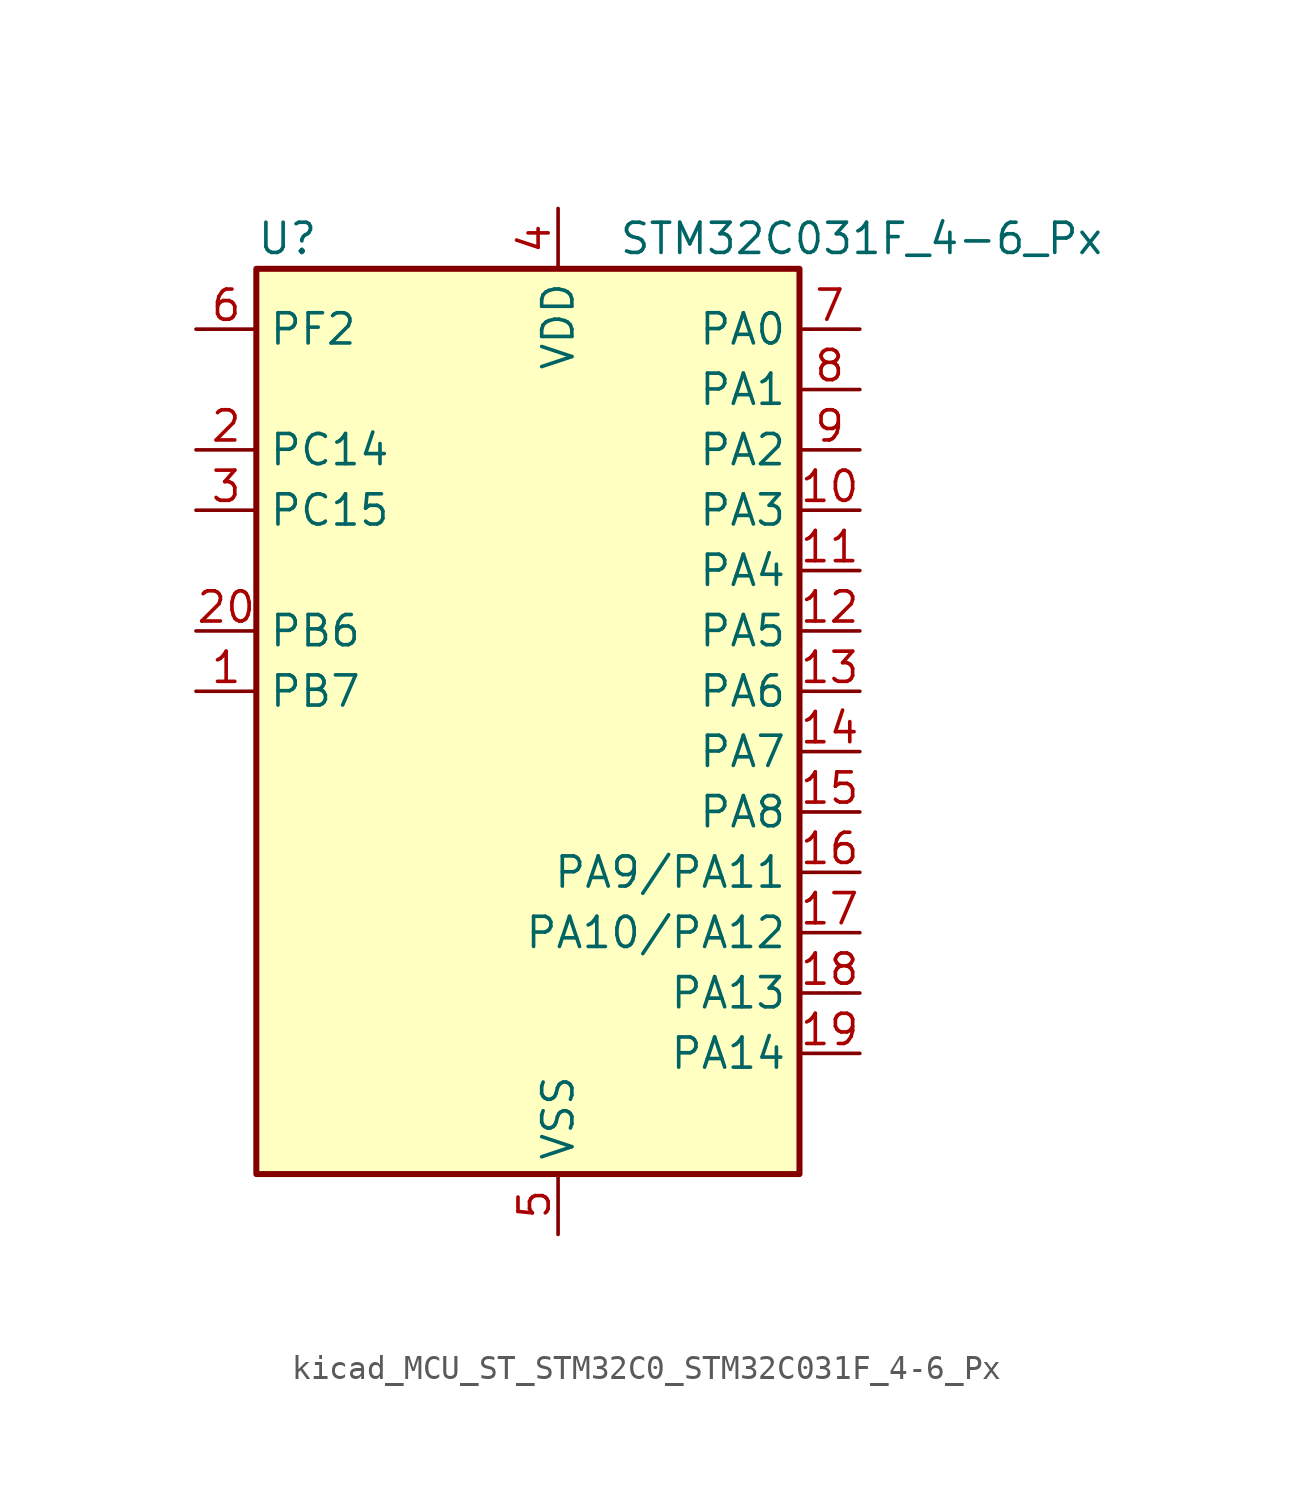
<source format=kicad_sym>
(kicad_symbol_lib
  (version 20220914)
  (generator kicad_symbol_editor)
  (symbol "kicad_MCU_ST_STM32C0_STM32C031F_4-6_Px"
    (property "Reference" "U"
      (at -10.16 21.59 0)
      (effects (font (size 1.27 1.27)) (justify left)))
    (property "Value" "STM32C031F_4-6_Px"
      (at 5.08 21.59 0)
      (effects (font (size 1.27 1.27)) (justify left)))
    (property "ki_locked" ""
      (at 0 0 0)
      (effects (font (size 1.27 1.27))))
    (symbol "kicad_MCU_ST_STM32C0_STM32C031F_4-6_Px_0_1"
      (rectangle (start -10.16 -17.78) (end 12.7 20.32) (stroke (width 0.254) (type default)) (fill (type background))))
    (symbol "kicad_MCU_ST_STM32C0_STM32C031F_4-6_Px_1_1"
      (pin bidirectional line (at -12.7 2.54 0) (length 2.54) (name "PB7" (effects (font (size 1.27 1.27)))) (number "1" (effects (font (size 1.27 1.27)))) (alternate "I2C1_SCL" bidirectional line) (alternate "I2C1_SDA" bidirectional line) (alternate "RTC_REFIN" bidirectional line) (alternate "TIM16_CH1" bidirectional line) (alternate "TIM17_CH1N" bidirectional line) (alternate "TIM1_CH4" bidirectional line) (alternate "TIM3_CH1" bidirectional line) (alternate "TIM3_CH4" bidirectional line) (alternate "USART1_RX" bidirectional line) (alternate "USART2_CTS" bidirectional line) (alternate "USART2_NSS" bidirectional line))
      (pin bidirectional line (at 15.24 10.16 180) (length 2.54) (name "PA3" (effects (font (size 1.27 1.27)))) (number "10" (effects (font (size 1.27 1.27)))) (alternate "ADC1_IN3" bidirectional line) (alternate "TIM1_CH1N" bidirectional line) (alternate "TIM1_CH4" bidirectional line) (alternate "USART2_RX" bidirectional line))
      (pin bidirectional line (at 15.24 7.62 180) (length 2.54) (name "PA4" (effects (font (size 1.27 1.27)))) (number "11" (effects (font (size 1.27 1.27)))) (alternate "ADC1_IN4" bidirectional line) (alternate "I2S1_WS" bidirectional line) (alternate "PWR_WKUP2" bidirectional line) (alternate "RTC_OUT1" bidirectional line) (alternate "RTC_TS" bidirectional line) (alternate "SPI1_NSS" bidirectional line) (alternate "TIM14_CH1" bidirectional line) (alternate "TIM17_CH1N" bidirectional line) (alternate "TIM1_CH2N" bidirectional line) (alternate "USART2_TX" bidirectional line))
      (pin bidirectional line (at 15.24 5.08 180) (length 2.54) (name "PA5" (effects (font (size 1.27 1.27)))) (number "12" (effects (font (size 1.27 1.27)))) (alternate "ADC1_IN5" bidirectional line) (alternate "I2S1_CK" bidirectional line) (alternate "SPI1_SCK" bidirectional line) (alternate "TIM1_CH1" bidirectional line) (alternate "TIM1_CH3N" bidirectional line) (alternate "USART2_RX" bidirectional line))
      (pin bidirectional line (at 15.24 2.54 180) (length 2.54) (name "PA6" (effects (font (size 1.27 1.27)))) (number "13" (effects (font (size 1.27 1.27)))) (alternate "ADC1_IN6" bidirectional line) (alternate "I2S1_MCK" bidirectional line) (alternate "SPI1_MISO" bidirectional line) (alternate "TIM16_CH1" bidirectional line) (alternate "TIM1_BKIN" bidirectional line) (alternate "TIM3_CH1" bidirectional line))
      (pin bidirectional line (at 15.24 0 180) (length 2.54) (name "PA7" (effects (font (size 1.27 1.27)))) (number "14" (effects (font (size 1.27 1.27)))) (alternate "ADC1_IN7" bidirectional line) (alternate "I2S1_SD" bidirectional line) (alternate "SPI1_MOSI" bidirectional line) (alternate "TIM14_CH1" bidirectional line) (alternate "TIM17_CH1" bidirectional line) (alternate "TIM1_CH1N" bidirectional line) (alternate "TIM3_CH2" bidirectional line))
      (pin bidirectional line (at 15.24 -2.54 180) (length 2.54) (name "PA8" (effects (font (size 1.27 1.27)))) (number "15" (effects (font (size 1.27 1.27)))) (alternate "ADC1_IN8" bidirectional line) (alternate "I2S1_WS" bidirectional line) (alternate "RCC_MCO" bidirectional line) (alternate "RCC_MCO_2" bidirectional line) (alternate "SPI1_NSS" bidirectional line) (alternate "TIM14_CH1" bidirectional line) (alternate "TIM1_CH1" bidirectional line) (alternate "TIM1_CH2N" bidirectional line) (alternate "TIM1_CH3N" bidirectional line) (alternate "TIM3_CH3" bidirectional line) (alternate "TIM3_CH4" bidirectional line) (alternate "USART1_RX" bidirectional line) (alternate "USART2_TX" bidirectional line))
      (pin bidirectional line (at 15.24 -5.08 180) (length 2.54) (name "PA9/PA11" (effects (font (size 1.27 1.27)))) (number "16" (effects (font (size 1.27 1.27)))) (alternate "I2C1_SCL" bidirectional line) (alternate "RCC_MCO" bidirectional line) (alternate "TIM1_CH2" bidirectional line) (alternate "TIM3_ETR" bidirectional line) (alternate "USART1_TX" bidirectional line))
      (pin bidirectional line (at 15.24 -7.62 180) (length 2.54) (name "PA10/PA12" (effects (font (size 1.27 1.27)))) (number "17" (effects (font (size 1.27 1.27)))) (alternate "I2C1_SDA" bidirectional line) (alternate "RCC_MCO_2" bidirectional line) (alternate "TIM17_BKIN" bidirectional line) (alternate "TIM1_CH3" bidirectional line) (alternate "USART1_RX" bidirectional line))
      (pin bidirectional line (at 15.24 -10.16 180) (length 2.54) (name "PA13" (effects (font (size 1.27 1.27)))) (number "18" (effects (font (size 1.27 1.27)))) (alternate "ADC1_IN13" bidirectional line) (alternate "DEBUG_SWDIO" bidirectional line) (alternate "IR_OUT" bidirectional line) (alternate "TIM3_ETR" bidirectional line) (alternate "USART2_RX" bidirectional line))
      (pin bidirectional line (at 15.24 -12.7 180) (length 2.54) (name "PA14" (effects (font (size 1.27 1.27)))) (number "19" (effects (font (size 1.27 1.27)))) (alternate "ADC1_IN14" bidirectional line) (alternate "DEBUG_SWCLK" bidirectional line) (alternate "I2S1_WS" bidirectional line) (alternate "RCC_MCO_2" bidirectional line) (alternate "SPI1_NSS" bidirectional line) (alternate "TIM1_CH1" bidirectional line) (alternate "USART1_CK" bidirectional line) (alternate "USART1_DE" bidirectional line) (alternate "USART1_RTS" bidirectional line) (alternate "USART2_RX" bidirectional line) (alternate "USART2_TX" bidirectional line))
      (pin bidirectional line (at -12.7 12.7 0) (length 2.54) (name "PC14" (effects (font (size 1.27 1.27)))) (number "2" (effects (font (size 1.27 1.27)))) (alternate "I2C1_SDA" bidirectional line) (alternate "IR_OUT" bidirectional line) (alternate "RCC_OSCX_IN" bidirectional line) (alternate "TIM17_CH1" bidirectional line) (alternate "TIM1_BKIN2" bidirectional line) (alternate "TIM1_ETR" bidirectional line) (alternate "TIM3_CH2" bidirectional line) (alternate "USART1_TX" bidirectional line) (alternate "USART2_CK" bidirectional line) (alternate "USART2_DE" bidirectional line) (alternate "USART2_RTS" bidirectional line))
      (pin bidirectional line (at -12.7 5.08 0) (length 2.54) (name "PB6" (effects (font (size 1.27 1.27)))) (number "20" (effects (font (size 1.27 1.27)))) (alternate "I2C1_SCL" bidirectional line) (alternate "I2C1_SMBA" bidirectional line) (alternate "I2S1_CK" bidirectional line) (alternate "I2S1_MCK" bidirectional line) (alternate "I2S1_SD" bidirectional line) (alternate "PWR_WKUP3" bidirectional line) (alternate "SPI1_MISO" bidirectional line) (alternate "SPI1_MOSI" bidirectional line) (alternate "SPI1_SCK" bidirectional line) (alternate "TIM16_BKIN" bidirectional line) (alternate "TIM16_CH1N" bidirectional line) (alternate "TIM17_BKIN" bidirectional line) (alternate "TIM1_CH2" bidirectional line) (alternate "TIM1_CH3" bidirectional line) (alternate "TIM3_CH1" bidirectional line) (alternate "TIM3_CH2" bidirectional line) (alternate "TIM3_CH3" bidirectional line) (alternate "USART1_CK" bidirectional line) (alternate "USART1_CTS" bidirectional line) (alternate "USART1_DE" bidirectional line) (alternate "USART1_NSS" bidirectional line) (alternate "USART1_RTS" bidirectional line) (alternate "USART1_TX" bidirectional line))
      (pin bidirectional line (at -12.7 10.16 0) (length 2.54) (name "PC15" (effects (font (size 1.27 1.27)))) (number "3" (effects (font (size 1.27 1.27)))) (alternate "RCC_OSC32_EN" bidirectional line) (alternate "RCC_OSCX_OUT" bidirectional line) (alternate "RCC_OSC_EN" bidirectional line) (alternate "TIM1_ETR" bidirectional line) (alternate "TIM3_CH3" bidirectional line))
      (pin power_in line (at 2.54 22.86 270) (length 2.54) (name "VDD" (effects (font (size 1.27 1.27)))) (number "4" (effects (font (size 1.27 1.27)))))
      (pin power_in line (at 2.54 -20.32 90) (length 2.54) (name "VSS" (effects (font (size 1.27 1.27)))) (number "5" (effects (font (size 1.27 1.27)))))
      (pin bidirectional line (at -12.7 17.78 0) (length 2.54) (name "PF2" (effects (font (size 1.27 1.27)))) (number "6" (effects (font (size 1.27 1.27)))) (alternate "RCC_MCO" bidirectional line) (alternate "TIM1_CH4" bidirectional line))
      (pin bidirectional line (at 15.24 17.78 180) (length 2.54) (name "PA0" (effects (font (size 1.27 1.27)))) (number "7" (effects (font (size 1.27 1.27)))) (alternate "ADC1_IN0" bidirectional line) (alternate "PWR_WKUP1" bidirectional line) (alternate "TIM16_CH1" bidirectional line) (alternate "TIM1_CH1" bidirectional line) (alternate "USART1_TX" bidirectional line) (alternate "USART2_CTS" bidirectional line) (alternate "USART2_NSS" bidirectional line))
      (pin bidirectional line (at 15.24 15.24 180) (length 2.54) (name "PA1" (effects (font (size 1.27 1.27)))) (number "8" (effects (font (size 1.27 1.27)))) (alternate "ADC1_IN1" bidirectional line) (alternate "I2C1_SMBA" bidirectional line) (alternate "I2S1_CK" bidirectional line) (alternate "SPI1_SCK" bidirectional line) (alternate "TIM17_CH1" bidirectional line) (alternate "TIM1_CH2" bidirectional line) (alternate "USART1_RX" bidirectional line) (alternate "USART2_CK" bidirectional line) (alternate "USART2_DE" bidirectional line) (alternate "USART2_RTS" bidirectional line))
      (pin bidirectional line (at 15.24 12.7 180) (length 2.54) (name "PA2" (effects (font (size 1.27 1.27)))) (number "9" (effects (font (size 1.27 1.27)))) (alternate "ADC1_IN2" bidirectional line) (alternate "I2S1_SD" bidirectional line) (alternate "PWR_WKUP4" bidirectional line) (alternate "RCC_LSCO" bidirectional line) (alternate "SPI1_MOSI" bidirectional line) (alternate "TIM16_CH1N" bidirectional line) (alternate "TIM1_CH3" bidirectional line) (alternate "TIM3_ETR" bidirectional line) (alternate "USART2_TX" bidirectional line)))))
</source>
